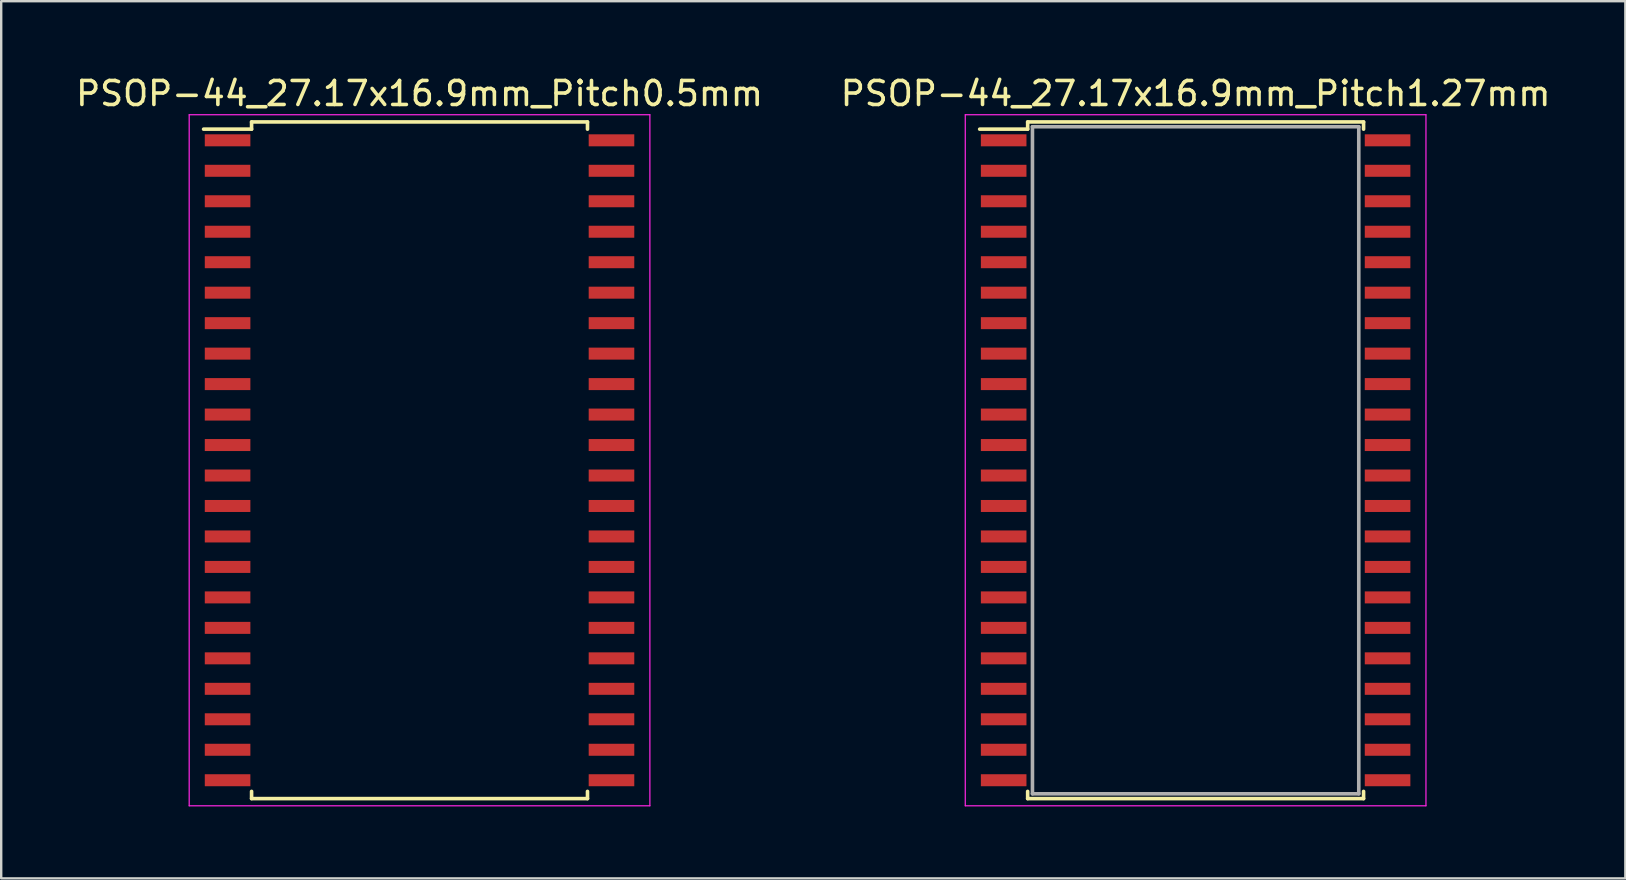
<source format=kicad_pcb>
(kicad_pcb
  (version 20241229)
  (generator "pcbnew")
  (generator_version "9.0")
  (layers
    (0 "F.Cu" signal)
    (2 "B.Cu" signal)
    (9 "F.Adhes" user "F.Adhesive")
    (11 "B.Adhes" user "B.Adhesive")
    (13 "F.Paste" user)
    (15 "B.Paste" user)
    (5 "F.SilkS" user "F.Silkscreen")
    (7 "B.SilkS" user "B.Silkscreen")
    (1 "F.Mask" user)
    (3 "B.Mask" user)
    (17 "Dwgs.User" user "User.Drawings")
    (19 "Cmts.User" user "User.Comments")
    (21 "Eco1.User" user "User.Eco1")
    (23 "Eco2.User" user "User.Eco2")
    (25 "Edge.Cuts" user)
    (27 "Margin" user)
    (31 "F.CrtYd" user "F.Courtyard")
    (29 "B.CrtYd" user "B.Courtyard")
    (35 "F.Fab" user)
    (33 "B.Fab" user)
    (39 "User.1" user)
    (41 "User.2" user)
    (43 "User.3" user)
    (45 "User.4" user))
  (footprint "PSOP-44_27.17x16.9mm_Pitch1.27mm"
    (layer "F.Cu")
    (at 46.78 16.133)
    (property "Reference" "PSOP-44_27.17x16.9mm_Pitch1.27mm" (at 0 -15.285 0) (layer "F.SilkS") (effects (font (size 1 1) (thickness 0.15))))
    (attr smd)
    (fp_line (start -7 -14.1) (end -7 -13.8) (stroke (width 0.15) (type solid)) (layer "F.SilkS"))
    (fp_line (start -7 -14.1) (end 7 -14.1) (stroke (width 0.15) (type solid)) (layer "F.SilkS"))
    (fp_line (start -7 -13.8) (end -9 -13.8) (stroke (width 0.15) (type solid)) (layer "F.SilkS"))
    (fp_line (start -7 13.8) (end -7 14.1) (stroke (width 0.15) (type solid)) (layer "F.SilkS"))
    (fp_line (start -7 14.1) (end 7 14.1) (stroke (width 0.15) (type solid)) (layer "F.SilkS"))
    (fp_line (start 7 -14.1) (end 7 -13.8) (stroke (width 0.15) (type solid)) (layer "F.SilkS"))
    (fp_line (start 7 13.8) (end 7 14.1) (stroke (width 0.15) (type solid)) (layer "F.SilkS"))
    (fp_line (start -9.6 -14.4) (end -9.6 14.4) (stroke (width 0.05) (type solid)) (layer "F.CrtYd"))
    (fp_line (start -9.6 -14.4) (end 9.6 -14.4) (stroke (width 0.05) (type solid)) (layer "F.CrtYd"))
    (fp_line (start -9.6 14.4) (end 9.6 14.4) (stroke (width 0.05) (type solid)) (layer "F.CrtYd"))
    (fp_line (start 9.6 -14.4) (end 9.6 14.4) (stroke (width 0.05) (type solid)) (layer "F.CrtYd"))
    (fp_line (start -6.8 -13.9) (end 6.8 -13.9) (stroke (width 0.15) (type solid)) (layer "F.Fab"))
    (fp_line (start -6.8 13.9) (end -6.8 -13.9) (stroke (width 0.15) (type solid)) (layer "F.Fab"))
    (fp_line (start 6.8 -13.9) (end 6.8 13.9) (stroke (width 0.15) (type solid)) (layer "F.Fab"))
    (fp_line (start 6.8 13.9) (end -6.8 13.9) (stroke (width 0.15) (type solid)) (layer "F.Fab"))
    (pad "1" smd rect (at -8 -13.335 270) (size 0.5 1.9) (layers "F.Cu" "F.Mask" "F.Paste"))
    (pad "2" smd rect (at -8 -12.065 270) (size 0.5 1.9) (layers "F.Cu" "F.Mask" "F.Paste"))
    (pad "3" smd rect (at -8 -10.795 270) (size 0.5 1.9) (layers "F.Cu" "F.Mask" "F.Paste"))
    (pad "4" smd rect (at -8 -9.525 270) (size 0.5 1.9) (layers "F.Cu" "F.Mask" "F.Paste"))
    (pad "5" smd rect (at -8 -8.255 270) (size 0.5 1.9) (layers "F.Cu" "F.Mask" "F.Paste"))
    (pad "6" smd rect (at -8 -6.985 270) (size 0.5 1.9) (layers "F.Cu" "F.Mask" "F.Paste"))
    (pad "7" smd rect (at -8 -5.715 270) (size 0.5 1.9) (layers "F.Cu" "F.Mask" "F.Paste"))
    (pad "8" smd rect (at -8 -4.445 270) (size 0.5 1.9) (layers "F.Cu" "F.Mask" "F.Paste"))
    (pad "9" smd rect (at -8 -3.175 270) (size 0.5 1.9) (layers "F.Cu" "F.Mask" "F.Paste"))
    (pad "10" smd rect (at -8 -1.905 270) (size 0.5 1.9) (layers "F.Cu" "F.Mask" "F.Paste"))
    (pad "11" smd rect (at -8 -0.635 270) (size 0.5 1.9) (layers "F.Cu" "F.Mask" "F.Paste"))
    (pad "12" smd rect (at -8 0.635 270) (size 0.5 1.9) (layers "F.Cu" "F.Mask" "F.Paste"))
    (pad "13" smd rect (at -8 1.905 270) (size 0.5 1.9) (layers "F.Cu" "F.Mask" "F.Paste"))
    (pad "14" smd rect (at -8 3.175 270) (size 0.5 1.9) (layers "F.Cu" "F.Mask" "F.Paste"))
    (pad "15" smd rect (at -8 4.445 270) (size 0.5 1.9) (layers "F.Cu" "F.Mask" "F.Paste"))
    (pad "16" smd rect (at -8 5.715 270) (size 0.5 1.9) (layers "F.Cu" "F.Mask" "F.Paste"))
    (pad "17" smd rect (at -8 6.985 270) (size 0.5 1.9) (layers "F.Cu" "F.Mask" "F.Paste"))
    (pad "18" smd rect (at -8 8.255 270) (size 0.5 1.9) (layers "F.Cu" "F.Mask" "F.Paste"))
    (pad "19" smd rect (at -8 9.525 270) (size 0.5 1.9) (layers "F.Cu" "F.Mask" "F.Paste"))
    (pad "20" smd rect (at -8 10.795 270) (size 0.5 1.9) (layers "F.Cu" "F.Mask" "F.Paste"))
    (pad "21" smd rect (at -8 12.065 270) (size 0.5 1.9) (layers "F.Cu" "F.Mask" "F.Paste"))
    (pad "22" smd rect (at -8 13.335 270) (size 0.5 1.9) (layers "F.Cu" "F.Mask" "F.Paste"))
    (pad "23" smd rect (at 8 13.335 270) (size 0.5 1.9) (layers "F.Cu" "F.Mask" "F.Paste"))
    (pad "24" smd rect (at 8 12.065 270) (size 0.5 1.9) (layers "F.Cu" "F.Mask" "F.Paste"))
    (pad "25" smd rect (at 8 10.795 270) (size 0.5 1.9) (layers "F.Cu" "F.Mask" "F.Paste"))
    (pad "26" smd rect (at 8 9.525 270) (size 0.5 1.9) (layers "F.Cu" "F.Mask" "F.Paste"))
    (pad "27" smd rect (at 8 8.255 270) (size 0.5 1.9) (layers "F.Cu" "F.Mask" "F.Paste"))
    (pad "28" smd rect (at 8 6.985 270) (size 0.5 1.9) (layers "F.Cu" "F.Mask" "F.Paste"))
    (pad "29" smd rect (at 8 5.715 270) (size 0.5 1.9) (layers "F.Cu" "F.Mask" "F.Paste"))
    (pad "30" smd rect (at 8 4.445 270) (size 0.5 1.9) (layers "F.Cu" "F.Mask" "F.Paste"))
    (pad "31" smd rect (at 8 3.175 270) (size 0.5 1.9) (layers "F.Cu" "F.Mask" "F.Paste"))
    (pad "32" smd rect (at 8 1.905 270) (size 0.5 1.9) (layers "F.Cu" "F.Mask" "F.Paste"))
    (pad "33" smd rect (at 8 0.635 270) (size 0.5 1.9) (layers "F.Cu" "F.Mask" "F.Paste"))
    (pad "34" smd rect (at 8 -0.635 270) (size 0.5 1.9) (layers "F.Cu" "F.Mask" "F.Paste"))
    (pad "35" smd rect (at 8 -1.905 270) (size 0.5 1.9) (layers "F.Cu" "F.Mask" "F.Paste"))
    (pad "36" smd rect (at 8 -3.175 270) (size 0.5 1.9) (layers "F.Cu" "F.Mask" "F.Paste"))
    (pad "37" smd rect (at 8 -4.445 270) (size 0.5 1.9) (layers "F.Cu" "F.Mask" "F.Paste"))
    (pad "38" smd rect (at 8 -5.715 270) (size 0.5 1.9) (layers "F.Cu" "F.Mask" "F.Paste"))
    (pad "39" smd rect (at 8 -6.985 270) (size 0.5 1.9) (layers "F.Cu" "F.Mask" "F.Paste"))
    (pad "40" smd rect (at 8 -8.255 270) (size 0.5 1.9) (layers "F.Cu" "F.Mask" "F.Paste"))
    (pad "41" smd rect (at 8 -9.525 270) (size 0.5 1.9) (layers "F.Cu" "F.Mask" "F.Paste"))
    (pad "42" smd rect (at 8 -10.795 270) (size 0.5 1.9) (layers "F.Cu" "F.Mask" "F.Paste"))
    (pad "43" smd rect (at 8 -12.065 270) (size 0.5 1.9) (layers "F.Cu" "F.Mask" "F.Paste"))
    (pad "44" smd rect (at 8 -13.335 270) (size 0.5 1.9) (layers "F.Cu" "F.Mask" "F.Paste")))
  (footprint "PSOP-44_27.17x16.9mm_Pitch0.5mm"
    (layer "F.Cu")
    (at 14.435 16.133)
    (property "Reference" "PSOP-44_27.17x16.9mm_Pitch0.5mm" (at 0 -15.285 0) (layer "F.SilkS") (effects (font (size 1 1) (thickness 0.15))))
    (attr smd)
    (fp_line (start -7 -14.1) (end -7 -13.8) (stroke (width 0.15) (type solid)) (layer "F.SilkS"))
    (fp_line (start -7 -14.1) (end 7 -14.1) (stroke (width 0.15) (type solid)) (layer "F.SilkS"))
    (fp_line (start -7 -13.8) (end -9 -13.8) (stroke (width 0.15) (type solid)) (layer "F.SilkS"))
    (fp_line (start -7 13.8) (end -7 14.1) (stroke (width 0.15) (type solid)) (layer "F.SilkS"))
    (fp_line (start -7 14.1) (end 7 14.1) (stroke (width 0.15) (type solid)) (layer "F.SilkS"))
    (fp_line (start 7 -14.1) (end 7 -13.8) (stroke (width 0.15) (type solid)) (layer "F.SilkS"))
    (fp_line (start 7 13.8) (end 7 14.1) (stroke (width 0.15) (type solid)) (layer "F.SilkS"))
    (fp_line (start -9.6 -14.4) (end -9.6 14.4) (stroke (width 0.05) (type solid)) (layer "F.CrtYd"))
    (fp_line (start -9.6 -14.4) (end 9.6 -14.4) (stroke (width 0.05) (type solid)) (layer "F.CrtYd"))
    (fp_line (start -9.6 14.4) (end 9.6 14.4) (stroke (width 0.05) (type solid)) (layer "F.CrtYd"))
    (fp_line (start 9.6 -14.4) (end 9.6 14.4) (stroke (width 0.05) (type solid)) (layer "F.CrtYd"))
    (pad "1" smd rect (at -8 -13.335 270) (size 0.5 1.9) (layers "F.Cu" "F.Mask" "F.Paste"))
    (pad "2" smd rect (at -8 -12.065 270) (size 0.5 1.9) (layers "F.Cu" "F.Mask" "F.Paste"))
    (pad "3" smd rect (at -8 -10.795 270) (size 0.5 1.9) (layers "F.Cu" "F.Mask" "F.Paste"))
    (pad "4" smd rect (at -8 -9.525 270) (size 0.5 1.9) (layers "F.Cu" "F.Mask" "F.Paste"))
    (pad "5" smd rect (at -8 -8.255 270) (size 0.5 1.9) (layers "F.Cu" "F.Mask" "F.Paste"))
    (pad "6" smd rect (at -8 -6.985 270) (size 0.5 1.9) (layers "F.Cu" "F.Mask" "F.Paste"))
    (pad "7" smd rect (at -8 -5.715 270) (size 0.5 1.9) (layers "F.Cu" "F.Mask" "F.Paste"))
    (pad "8" smd rect (at -8 -4.445 270) (size 0.5 1.9) (layers "F.Cu" "F.Mask" "F.Paste"))
    (pad "9" smd rect (at -8 -3.175 270) (size 0.5 1.9) (layers "F.Cu" "F.Mask" "F.Paste"))
    (pad "10" smd rect (at -8 -1.905 270) (size 0.5 1.9) (layers "F.Cu" "F.Mask" "F.Paste"))
    (pad "11" smd rect (at -8 -0.635 270) (size 0.5 1.9) (layers "F.Cu" "F.Mask" "F.Paste"))
    (pad "12" smd rect (at -8 0.635 270) (size 0.5 1.9) (layers "F.Cu" "F.Mask" "F.Paste"))
    (pad "13" smd rect (at -8 1.905 270) (size 0.5 1.9) (layers "F.Cu" "F.Mask" "F.Paste"))
    (pad "14" smd rect (at -8 3.175 270) (size 0.5 1.9) (layers "F.Cu" "F.Mask" "F.Paste"))
    (pad "15" smd rect (at -8 4.445 270) (size 0.5 1.9) (layers "F.Cu" "F.Mask" "F.Paste"))
    (pad "16" smd rect (at -8 5.715 270) (size 0.5 1.9) (layers "F.Cu" "F.Mask" "F.Paste"))
    (pad "17" smd rect (at -8 6.985 270) (size 0.5 1.9) (layers "F.Cu" "F.Mask" "F.Paste"))
    (pad "18" smd rect (at -8 8.255 270) (size 0.5 1.9) (layers "F.Cu" "F.Mask" "F.Paste"))
    (pad "19" smd rect (at -8 9.525 270) (size 0.5 1.9) (layers "F.Cu" "F.Mask" "F.Paste"))
    (pad "20" smd rect (at -8 10.795 270) (size 0.5 1.9) (layers "F.Cu" "F.Mask" "F.Paste"))
    (pad "21" smd rect (at -8 12.065 270) (size 0.5 1.9) (layers "F.Cu" "F.Mask" "F.Paste"))
    (pad "22" smd rect (at -8 13.335 270) (size 0.5 1.9) (layers "F.Cu" "F.Mask" "F.Paste"))
    (pad "23" smd rect (at 8 13.335 270) (size 0.5 1.9) (layers "F.Cu" "F.Mask" "F.Paste"))
    (pad "24" smd rect (at 8 12.065 270) (size 0.5 1.9) (layers "F.Cu" "F.Mask" "F.Paste"))
    (pad "25" smd rect (at 8 10.795 270) (size 0.5 1.9) (layers "F.Cu" "F.Mask" "F.Paste"))
    (pad "26" smd rect (at 8 9.525 270) (size 0.5 1.9) (layers "F.Cu" "F.Mask" "F.Paste"))
    (pad "27" smd rect (at 8 8.255 270) (size 0.5 1.9) (layers "F.Cu" "F.Mask" "F.Paste"))
    (pad "28" smd rect (at 8 6.985 270) (size 0.5 1.9) (layers "F.Cu" "F.Mask" "F.Paste"))
    (pad "29" smd rect (at 8 5.715 270) (size 0.5 1.9) (layers "F.Cu" "F.Mask" "F.Paste"))
    (pad "30" smd rect (at 8 4.445 270) (size 0.5 1.9) (layers "F.Cu" "F.Mask" "F.Paste"))
    (pad "31" smd rect (at 8 3.175 270) (size 0.5 1.9) (layers "F.Cu" "F.Mask" "F.Paste"))
    (pad "32" smd rect (at 8 1.905 270) (size 0.5 1.9) (layers "F.Cu" "F.Mask" "F.Paste"))
    (pad "33" smd rect (at 8 0.635 270) (size 0.5 1.9) (layers "F.Cu" "F.Mask" "F.Paste"))
    (pad "34" smd rect (at 8 -0.635 270) (size 0.5 1.9) (layers "F.Cu" "F.Mask" "F.Paste"))
    (pad "35" smd rect (at 8 -1.905 270) (size 0.5 1.9) (layers "F.Cu" "F.Mask" "F.Paste"))
    (pad "36" smd rect (at 8 -3.175 270) (size 0.5 1.9) (layers "F.Cu" "F.Mask" "F.Paste"))
    (pad "37" smd rect (at 8 -4.445 270) (size 0.5 1.9) (layers "F.Cu" "F.Mask" "F.Paste"))
    (pad "38" smd rect (at 8 -5.715 270) (size 0.5 1.9) (layers "F.Cu" "F.Mask" "F.Paste"))
    (pad "39" smd rect (at 8 -6.985 270) (size 0.5 1.9) (layers "F.Cu" "F.Mask" "F.Paste"))
    (pad "40" smd rect (at 8 -8.255 270) (size 0.5 1.9) (layers "F.Cu" "F.Mask" "F.Paste"))
    (pad "41" smd rect (at 8 -9.525 270) (size 0.5 1.9) (layers "F.Cu" "F.Mask" "F.Paste"))
    (pad "42" smd rect (at 8 -10.795 270) (size 0.5 1.9) (layers "F.Cu" "F.Mask" "F.Paste"))
    (pad "43" smd rect (at 8 -12.065 270) (size 0.5 1.9) (layers "F.Cu" "F.Mask" "F.Paste"))
    (pad "44" smd rect (at 8 -13.335 270) (size 0.5 1.9) (layers "F.Cu" "F.Mask" "F.Paste")))
  (gr_rect
    (start -3 -3)
    (end 64.69 33.558)
    (stroke (width 0.1) (type default))
    (fill no)
    (layer "Edge.Cuts")))
</source>
